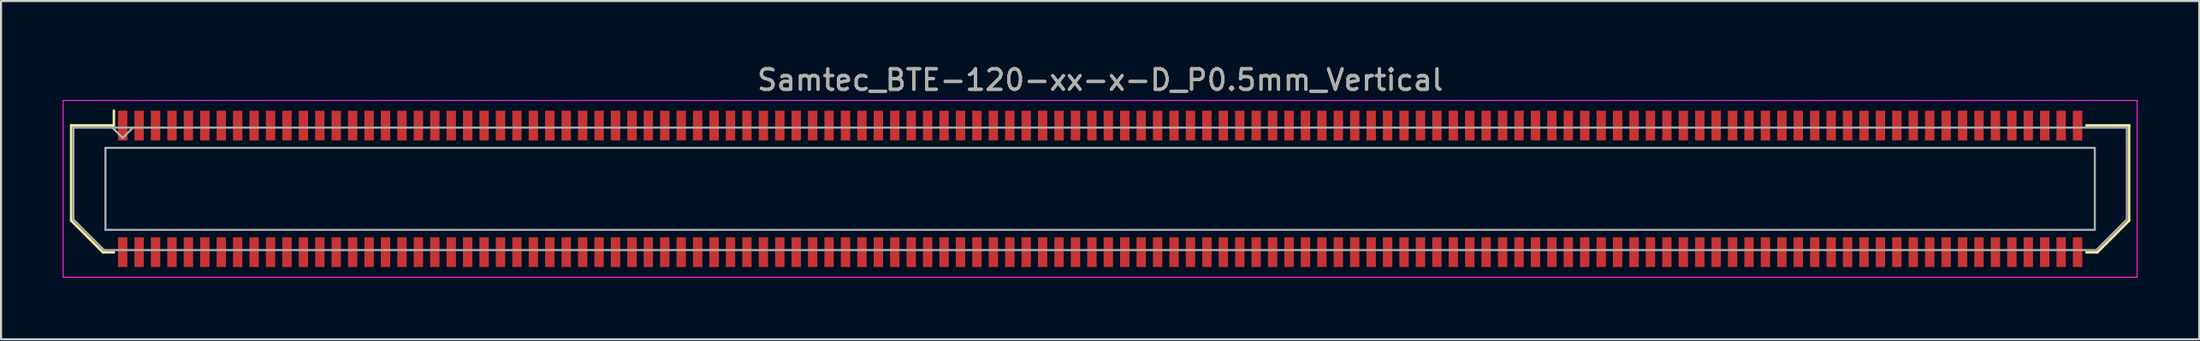
<source format=kicad_pcb>
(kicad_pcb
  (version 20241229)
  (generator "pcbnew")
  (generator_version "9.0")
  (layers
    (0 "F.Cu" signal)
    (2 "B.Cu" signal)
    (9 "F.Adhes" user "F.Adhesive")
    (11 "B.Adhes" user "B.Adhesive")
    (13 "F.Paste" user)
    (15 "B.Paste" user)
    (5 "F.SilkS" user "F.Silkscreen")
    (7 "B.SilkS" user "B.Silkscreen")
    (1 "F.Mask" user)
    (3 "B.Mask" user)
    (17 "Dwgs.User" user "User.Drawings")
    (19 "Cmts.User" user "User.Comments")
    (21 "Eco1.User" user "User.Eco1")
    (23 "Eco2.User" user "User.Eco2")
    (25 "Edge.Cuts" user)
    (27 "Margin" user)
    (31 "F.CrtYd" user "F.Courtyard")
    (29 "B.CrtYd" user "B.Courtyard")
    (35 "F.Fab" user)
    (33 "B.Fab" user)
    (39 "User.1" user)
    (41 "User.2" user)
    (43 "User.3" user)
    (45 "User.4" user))
  (footprint "Samtec_BTE-120-xx-x-D_P0.5mm_Vertical"
    (layer "F.Cu")
    (at 50.525 6.158)
    (property "Reference" "Samtec_BTE-120-xx-x-D_P0.5mm_Vertical" (at 0 -5.31 0) (layer "F.SilkS") (effects (font (size 1 1) (thickness 0.15))))
    (attr smd)
    (fp_line (start -50.11 -3.095) (end -50.11 1.548) (stroke (width 0.12) (type solid)) (layer "F.SilkS"))
    (fp_line (start -50.11 1.548) (end -48.562 3.095) (stroke (width 0.12) (type solid)) (layer "F.SilkS"))
    (fp_line (start -48.562 3.095) (end -48.029 3.095) (stroke (width 0.12) (type solid)) (layer "F.SilkS"))
    (fp_line (start -48.029 -3.811) (end -48.029 -3.095) (stroke (width 0.12) (type solid)) (layer "F.SilkS"))
    (fp_line (start -48.029 -3.095) (end -50.11 -3.095) (stroke (width 0.12) (type solid)) (layer "F.SilkS"))
    (fp_line (start 48.029 -3.095) (end 50.11 -3.095) (stroke (width 0.12) (type solid)) (layer "F.SilkS"))
    (fp_line (start 48.562 3.095) (end 48.029 3.095) (stroke (width 0.12) (type solid)) (layer "F.SilkS"))
    (fp_line (start 50.11 -3.095) (end 50.11 1.548) (stroke (width 0.12) (type solid)) (layer "F.SilkS"))
    (fp_line (start 50.11 1.548) (end 48.562 3.095) (stroke (width 0.12) (type solid)) (layer "F.SilkS"))
    (fp_line (start -50.5 -4.31) (end -50.5 4.31) (stroke (width 0.05) (type solid)) (layer "F.CrtYd"))
    (fp_line (start -50.5 4.31) (end 50.5 4.31) (stroke (width 0.05) (type solid)) (layer "F.CrtYd"))
    (fp_line (start 50.5 -4.31) (end -50.5 -4.31) (stroke (width 0.05) (type solid)) (layer "F.CrtYd"))
    (fp_line (start 50.5 4.31) (end 50.5 -4.31) (stroke (width 0.05) (type solid)) (layer "F.CrtYd"))
    (fp_line (start -50 -2.985) (end -50 1.492) (stroke (width 0.1) (type solid)) (layer "F.Fab"))
    (fp_line (start -50 -2.985) (end 50 -2.985) (stroke (width 0.1) (type solid)) (layer "F.Fab"))
    (fp_line (start -50 1.492) (end -48.508 2.985) (stroke (width 0.1) (type solid)) (layer "F.Fab"))
    (fp_line (start -48.508 2.985) (end 48.508 2.985) (stroke (width 0.1) (type solid)) (layer "F.Fab"))
    (fp_line (start -48.44 -2) (end -48.44 2) (stroke (width 0.1) (type solid)) (layer "F.Fab"))
    (fp_line (start -48.44 2) (end 48.44 2) (stroke (width 0.1) (type solid)) (layer "F.Fab"))
    (fp_line (start -47.6 -2.485) (end -48.1 -2.985) (stroke (width 0.1) (type solid)) (layer "F.Fab"))
    (fp_line (start -47.1 -2.985) (end -47.6 -2.485) (stroke (width 0.1) (type solid)) (layer "F.Fab"))
    (fp_line (start 48.44 -2) (end -48.44 -2) (stroke (width 0.1) (type solid)) (layer "F.Fab"))
    (fp_line (start 48.44 2) (end 48.44 -2) (stroke (width 0.1) (type solid)) (layer "F.Fab"))
    (fp_line (start 50 -2.985) (end 50 1.492) (stroke (width 0.1) (type solid)) (layer "F.Fab"))
    (fp_line (start 50 1.492) (end 48.508 2.985) (stroke (width 0.1) (type solid)) (layer "F.Fab"))
    (fp_text user "${REFERENCE}" (at 0 -5.31 0) (layer "F.Fab") (effects (font (size 1 1) (thickness 0.15))))
    (pad "1" smd rect (at -47.6 -3.086) (size 0.457 1.45) (layers "F.Cu" "F.Mask" "F.Paste"))
    (pad "2" smd rect (at -47.6 3.086) (size 0.457 1.45) (layers "F.Cu" "F.Mask" "F.Paste"))
    (pad "3" smd rect (at -46.8 -3.086) (size 0.457 1.45) (layers "F.Cu" "F.Mask" "F.Paste"))
    (pad "4" smd rect (at -46.8 3.086) (size 0.457 1.45) (layers "F.Cu" "F.Mask" "F.Paste"))
    (pad "5" smd rect (at -46 -3.086) (size 0.457 1.45) (layers "F.Cu" "F.Mask" "F.Paste"))
    (pad "6" smd rect (at -46 3.086) (size 0.457 1.45) (layers "F.Cu" "F.Mask" "F.Paste"))
    (pad "7" smd rect (at -45.2 -3.086) (size 0.457 1.45) (layers "F.Cu" "F.Mask" "F.Paste"))
    (pad "8" smd rect (at -45.2 3.086) (size 0.457 1.45) (layers "F.Cu" "F.Mask" "F.Paste"))
    (pad "9" smd rect (at -44.4 -3.086) (size 0.457 1.45) (layers "F.Cu" "F.Mask" "F.Paste"))
    (pad "10" smd rect (at -44.4 3.086) (size 0.457 1.45) (layers "F.Cu" "F.Mask" "F.Paste"))
    (pad "11" smd rect (at -43.6 -3.086) (size 0.457 1.45) (layers "F.Cu" "F.Mask" "F.Paste"))
    (pad "12" smd rect (at -43.6 3.086) (size 0.457 1.45) (layers "F.Cu" "F.Mask" "F.Paste"))
    (pad "13" smd rect (at -42.8 -3.086) (size 0.457 1.45) (layers "F.Cu" "F.Mask" "F.Paste"))
    (pad "14" smd rect (at -42.8 3.086) (size 0.457 1.45) (layers "F.Cu" "F.Mask" "F.Paste"))
    (pad "15" smd rect (at -42 -3.086) (size 0.457 1.45) (layers "F.Cu" "F.Mask" "F.Paste"))
    (pad "16" smd rect (at -42 3.086) (size 0.457 1.45) (layers "F.Cu" "F.Mask" "F.Paste"))
    (pad "17" smd rect (at -41.2 -3.086) (size 0.457 1.45) (layers "F.Cu" "F.Mask" "F.Paste"))
    (pad "18" smd rect (at -41.2 3.086) (size 0.457 1.45) (layers "F.Cu" "F.Mask" "F.Paste"))
    (pad "19" smd rect (at -40.4 -3.086) (size 0.457 1.45) (layers "F.Cu" "F.Mask" "F.Paste"))
    (pad "20" smd rect (at -40.4 3.086) (size 0.457 1.45) (layers "F.Cu" "F.Mask" "F.Paste"))
    (pad "21" smd rect (at -39.6 -3.086) (size 0.457 1.45) (layers "F.Cu" "F.Mask" "F.Paste"))
    (pad "22" smd rect (at -39.6 3.086) (size 0.457 1.45) (layers "F.Cu" "F.Mask" "F.Paste"))
    (pad "23" smd rect (at -38.8 -3.086) (size 0.457 1.45) (layers "F.Cu" "F.Mask" "F.Paste"))
    (pad "24" smd rect (at -38.8 3.086) (size 0.457 1.45) (layers "F.Cu" "F.Mask" "F.Paste"))
    (pad "25" smd rect (at -38 -3.086) (size 0.457 1.45) (layers "F.Cu" "F.Mask" "F.Paste"))
    (pad "26" smd rect (at -38 3.086) (size 0.457 1.45) (layers "F.Cu" "F.Mask" "F.Paste"))
    (pad "27" smd rect (at -37.2 -3.086) (size 0.457 1.45) (layers "F.Cu" "F.Mask" "F.Paste"))
    (pad "28" smd rect (at -37.2 3.086) (size 0.457 1.45) (layers "F.Cu" "F.Mask" "F.Paste"))
    (pad "29" smd rect (at -36.4 -3.086) (size 0.457 1.45) (layers "F.Cu" "F.Mask" "F.Paste"))
    (pad "30" smd rect (at -36.4 3.086) (size 0.457 1.45) (layers "F.Cu" "F.Mask" "F.Paste"))
    (pad "31" smd rect (at -35.6 -3.086) (size 0.457 1.45) (layers "F.Cu" "F.Mask" "F.Paste"))
    (pad "32" smd rect (at -35.6 3.086) (size 0.457 1.45) (layers "F.Cu" "F.Mask" "F.Paste"))
    (pad "33" smd rect (at -34.8 -3.086) (size 0.457 1.45) (layers "F.Cu" "F.Mask" "F.Paste"))
    (pad "34" smd rect (at -34.8 3.086) (size 0.457 1.45) (layers "F.Cu" "F.Mask" "F.Paste"))
    (pad "35" smd rect (at -34 -3.086) (size 0.457 1.45) (layers "F.Cu" "F.Mask" "F.Paste"))
    (pad "36" smd rect (at -34 3.086) (size 0.457 1.45) (layers "F.Cu" "F.Mask" "F.Paste"))
    (pad "37" smd rect (at -33.2 -3.086) (size 0.457 1.45) (layers "F.Cu" "F.Mask" "F.Paste"))
    (pad "38" smd rect (at -33.2 3.086) (size 0.457 1.45) (layers "F.Cu" "F.Mask" "F.Paste"))
    (pad "39" smd rect (at -32.4 -3.086) (size 0.457 1.45) (layers "F.Cu" "F.Mask" "F.Paste"))
    (pad "40" smd rect (at -32.4 3.086) (size 0.457 1.45) (layers "F.Cu" "F.Mask" "F.Paste"))
    (pad "41" smd rect (at -31.6 -3.086) (size 0.457 1.45) (layers "F.Cu" "F.Mask" "F.Paste"))
    (pad "42" smd rect (at -31.6 3.086) (size 0.457 1.45) (layers "F.Cu" "F.Mask" "F.Paste"))
    (pad "43" smd rect (at -30.8 -3.086) (size 0.457 1.45) (layers "F.Cu" "F.Mask" "F.Paste"))
    (pad "44" smd rect (at -30.8 3.086) (size 0.457 1.45) (layers "F.Cu" "F.Mask" "F.Paste"))
    (pad "45" smd rect (at -30 -3.086) (size 0.457 1.45) (layers "F.Cu" "F.Mask" "F.Paste"))
    (pad "46" smd rect (at -30 3.086) (size 0.457 1.45) (layers "F.Cu" "F.Mask" "F.Paste"))
    (pad "47" smd rect (at -29.2 -3.086) (size 0.457 1.45) (layers "F.Cu" "F.Mask" "F.Paste"))
    (pad "48" smd rect (at -29.2 3.086) (size 0.457 1.45) (layers "F.Cu" "F.Mask" "F.Paste"))
    (pad "49" smd rect (at -28.4 -3.086) (size 0.457 1.45) (layers "F.Cu" "F.Mask" "F.Paste"))
    (pad "50" smd rect (at -28.4 3.086) (size 0.457 1.45) (layers "F.Cu" "F.Mask" "F.Paste"))
    (pad "51" smd rect (at -27.6 -3.086) (size 0.457 1.45) (layers "F.Cu" "F.Mask" "F.Paste"))
    (pad "52" smd rect (at -27.6 3.086) (size 0.457 1.45) (layers "F.Cu" "F.Mask" "F.Paste"))
    (pad "53" smd rect (at -26.8 -3.086) (size 0.457 1.45) (layers "F.Cu" "F.Mask" "F.Paste"))
    (pad "54" smd rect (at -26.8 3.086) (size 0.457 1.45) (layers "F.Cu" "F.Mask" "F.Paste"))
    (pad "55" smd rect (at -26 -3.086) (size 0.457 1.45) (layers "F.Cu" "F.Mask" "F.Paste"))
    (pad "56" smd rect (at -26 3.086) (size 0.457 1.45) (layers "F.Cu" "F.Mask" "F.Paste"))
    (pad "57" smd rect (at -25.2 -3.086) (size 0.457 1.45) (layers "F.Cu" "F.Mask" "F.Paste"))
    (pad "58" smd rect (at -25.2 3.086) (size 0.457 1.45) (layers "F.Cu" "F.Mask" "F.Paste"))
    (pad "59" smd rect (at -24.4 -3.086) (size 0.457 1.45) (layers "F.Cu" "F.Mask" "F.Paste"))
    (pad "60" smd rect (at -24.4 3.086) (size 0.457 1.45) (layers "F.Cu" "F.Mask" "F.Paste"))
    (pad "61" smd rect (at -23.6 -3.086) (size 0.457 1.45) (layers "F.Cu" "F.Mask" "F.Paste"))
    (pad "62" smd rect (at -23.6 3.086) (size 0.457 1.45) (layers "F.Cu" "F.Mask" "F.Paste"))
    (pad "63" smd rect (at -22.8 -3.086) (size 0.457 1.45) (layers "F.Cu" "F.Mask" "F.Paste"))
    (pad "64" smd rect (at -22.8 3.086) (size 0.457 1.45) (layers "F.Cu" "F.Mask" "F.Paste"))
    (pad "65" smd rect (at -22 -3.086) (size 0.457 1.45) (layers "F.Cu" "F.Mask" "F.Paste"))
    (pad "66" smd rect (at -22 3.086) (size 0.457 1.45) (layers "F.Cu" "F.Mask" "F.Paste"))
    (pad "67" smd rect (at -21.2 -3.086) (size 0.457 1.45) (layers "F.Cu" "F.Mask" "F.Paste"))
    (pad "68" smd rect (at -21.2 3.086) (size 0.457 1.45) (layers "F.Cu" "F.Mask" "F.Paste"))
    (pad "69" smd rect (at -20.4 -3.086) (size 0.457 1.45) (layers "F.Cu" "F.Mask" "F.Paste"))
    (pad "70" smd rect (at -20.4 3.086) (size 0.457 1.45) (layers "F.Cu" "F.Mask" "F.Paste"))
    (pad "71" smd rect (at -19.6 -3.086) (size 0.457 1.45) (layers "F.Cu" "F.Mask" "F.Paste"))
    (pad "72" smd rect (at -19.6 3.086) (size 0.457 1.45) (layers "F.Cu" "F.Mask" "F.Paste"))
    (pad "73" smd rect (at -18.8 -3.086) (size 0.457 1.45) (layers "F.Cu" "F.Mask" "F.Paste"))
    (pad "74" smd rect (at -18.8 3.086) (size 0.457 1.45) (layers "F.Cu" "F.Mask" "F.Paste"))
    (pad "75" smd rect (at -18 -3.086) (size 0.457 1.45) (layers "F.Cu" "F.Mask" "F.Paste"))
    (pad "76" smd rect (at -18 3.086) (size 0.457 1.45) (layers "F.Cu" "F.Mask" "F.Paste"))
    (pad "77" smd rect (at -17.2 -3.086) (size 0.457 1.45) (layers "F.Cu" "F.Mask" "F.Paste"))
    (pad "78" smd rect (at -17.2 3.086) (size 0.457 1.45) (layers "F.Cu" "F.Mask" "F.Paste"))
    (pad "79" smd rect (at -16.4 -3.086) (size 0.457 1.45) (layers "F.Cu" "F.Mask" "F.Paste"))
    (pad "80" smd rect (at -16.4 3.086) (size 0.457 1.45) (layers "F.Cu" "F.Mask" "F.Paste"))
    (pad "81" smd rect (at -15.6 -3.086) (size 0.457 1.45) (layers "F.Cu" "F.Mask" "F.Paste"))
    (pad "82" smd rect (at -15.6 3.086) (size 0.457 1.45) (layers "F.Cu" "F.Mask" "F.Paste"))
    (pad "83" smd rect (at -14.8 -3.086) (size 0.457 1.45) (layers "F.Cu" "F.Mask" "F.Paste"))
    (pad "84" smd rect (at -14.8 3.086) (size 0.457 1.45) (layers "F.Cu" "F.Mask" "F.Paste"))
    (pad "85" smd rect (at -14 -3.086) (size 0.457 1.45) (layers "F.Cu" "F.Mask" "F.Paste"))
    (pad "86" smd rect (at -14 3.086) (size 0.457 1.45) (layers "F.Cu" "F.Mask" "F.Paste"))
    (pad "87" smd rect (at -13.2 -3.086) (size 0.457 1.45) (layers "F.Cu" "F.Mask" "F.Paste"))
    (pad "88" smd rect (at -13.2 3.086) (size 0.457 1.45) (layers "F.Cu" "F.Mask" "F.Paste"))
    (pad "89" smd rect (at -12.4 -3.086) (size 0.457 1.45) (layers "F.Cu" "F.Mask" "F.Paste"))
    (pad "90" smd rect (at -12.4 3.086) (size 0.457 1.45) (layers "F.Cu" "F.Mask" "F.Paste"))
    (pad "91" smd rect (at -11.6 -3.086) (size 0.457 1.45) (layers "F.Cu" "F.Mask" "F.Paste"))
    (pad "92" smd rect (at -11.6 3.086) (size 0.457 1.45) (layers "F.Cu" "F.Mask" "F.Paste"))
    (pad "93" smd rect (at -10.8 -3.086) (size 0.457 1.45) (layers "F.Cu" "F.Mask" "F.Paste"))
    (pad "94" smd rect (at -10.8 3.086) (size 0.457 1.45) (layers "F.Cu" "F.Mask" "F.Paste"))
    (pad "95" smd rect (at -10 -3.086) (size 0.457 1.45) (layers "F.Cu" "F.Mask" "F.Paste"))
    (pad "96" smd rect (at -10 3.086) (size 0.457 1.45) (layers "F.Cu" "F.Mask" "F.Paste"))
    (pad "97" smd rect (at -9.2 -3.086) (size 0.457 1.45) (layers "F.Cu" "F.Mask" "F.Paste"))
    (pad "98" smd rect (at -9.2 3.086) (size 0.457 1.45) (layers "F.Cu" "F.Mask" "F.Paste"))
    (pad "99" smd rect (at -8.4 -3.086) (size 0.457 1.45) (layers "F.Cu" "F.Mask" "F.Paste"))
    (pad "100" smd rect (at -8.4 3.086) (size 0.457 1.45) (layers "F.Cu" "F.Mask" "F.Paste"))
    (pad "101" smd rect (at -7.6 -3.086) (size 0.457 1.45) (layers "F.Cu" "F.Mask" "F.Paste"))
    (pad "102" smd rect (at -7.6 3.086) (size 0.457 1.45) (layers "F.Cu" "F.Mask" "F.Paste"))
    (pad "103" smd rect (at -6.8 -3.086) (size 0.457 1.45) (layers "F.Cu" "F.Mask" "F.Paste"))
    (pad "104" smd rect (at -6.8 3.086) (size 0.457 1.45) (layers "F.Cu" "F.Mask" "F.Paste"))
    (pad "105" smd rect (at -6 -3.086) (size 0.457 1.45) (layers "F.Cu" "F.Mask" "F.Paste"))
    (pad "106" smd rect (at -6 3.086) (size 0.457 1.45) (layers "F.Cu" "F.Mask" "F.Paste"))
    (pad "107" smd rect (at -5.2 -3.086) (size 0.457 1.45) (layers "F.Cu" "F.Mask" "F.Paste"))
    (pad "108" smd rect (at -5.2 3.086) (size 0.457 1.45) (layers "F.Cu" "F.Mask" "F.Paste"))
    (pad "109" smd rect (at -4.4 -3.086) (size 0.457 1.45) (layers "F.Cu" "F.Mask" "F.Paste"))
    (pad "110" smd rect (at -4.4 3.086) (size 0.457 1.45) (layers "F.Cu" "F.Mask" "F.Paste"))
    (pad "111" smd rect (at -3.6 -3.086) (size 0.457 1.45) (layers "F.Cu" "F.Mask" "F.Paste"))
    (pad "112" smd rect (at -3.6 3.086) (size 0.457 1.45) (layers "F.Cu" "F.Mask" "F.Paste"))
    (pad "113" smd rect (at -2.8 -3.086) (size 0.457 1.45) (layers "F.Cu" "F.Mask" "F.Paste"))
    (pad "114" smd rect (at -2.8 3.086) (size 0.457 1.45) (layers "F.Cu" "F.Mask" "F.Paste"))
    (pad "115" smd rect (at -2 -3.086) (size 0.457 1.45) (layers "F.Cu" "F.Mask" "F.Paste"))
    (pad "116" smd rect (at -2 3.086) (size 0.457 1.45) (layers "F.Cu" "F.Mask" "F.Paste"))
    (pad "117" smd rect (at -1.2 -3.086) (size 0.457 1.45) (layers "F.Cu" "F.Mask" "F.Paste"))
    (pad "118" smd rect (at -1.2 3.086) (size 0.457 1.45) (layers "F.Cu" "F.Mask" "F.Paste"))
    (pad "119" smd rect (at -0.4 -3.086) (size 0.457 1.45) (layers "F.Cu" "F.Mask" "F.Paste"))
    (pad "120" smd rect (at -0.4 3.086) (size 0.457 1.45) (layers "F.Cu" "F.Mask" "F.Paste"))
    (pad "121" smd rect (at 0.4 -3.086) (size 0.457 1.45) (layers "F.Cu" "F.Mask" "F.Paste"))
    (pad "122" smd rect (at 0.4 3.086) (size 0.457 1.45) (layers "F.Cu" "F.Mask" "F.Paste"))
    (pad "123" smd rect (at 1.2 -3.086) (size 0.457 1.45) (layers "F.Cu" "F.Mask" "F.Paste"))
    (pad "124" smd rect (at 1.2 3.086) (size 0.457 1.45) (layers "F.Cu" "F.Mask" "F.Paste"))
    (pad "125" smd rect (at 2 -3.086) (size 0.457 1.45) (layers "F.Cu" "F.Mask" "F.Paste"))
    (pad "126" smd rect (at 2 3.086) (size 0.457 1.45) (layers "F.Cu" "F.Mask" "F.Paste"))
    (pad "127" smd rect (at 2.8 -3.086) (size 0.457 1.45) (layers "F.Cu" "F.Mask" "F.Paste"))
    (pad "128" smd rect (at 2.8 3.086) (size 0.457 1.45) (layers "F.Cu" "F.Mask" "F.Paste"))
    (pad "129" smd rect (at 3.6 -3.086) (size 0.457 1.45) (layers "F.Cu" "F.Mask" "F.Paste"))
    (pad "130" smd rect (at 3.6 3.086) (size 0.457 1.45) (layers "F.Cu" "F.Mask" "F.Paste"))
    (pad "131" smd rect (at 4.4 -3.086) (size 0.457 1.45) (layers "F.Cu" "F.Mask" "F.Paste"))
    (pad "132" smd rect (at 4.4 3.086) (size 0.457 1.45) (layers "F.Cu" "F.Mask" "F.Paste"))
    (pad "133" smd rect (at 5.2 -3.086) (size 0.457 1.45) (layers "F.Cu" "F.Mask" "F.Paste"))
    (pad "134" smd rect (at 5.2 3.086) (size 0.457 1.45) (layers "F.Cu" "F.Mask" "F.Paste"))
    (pad "135" smd rect (at 6 -3.086) (size 0.457 1.45) (layers "F.Cu" "F.Mask" "F.Paste"))
    (pad "136" smd rect (at 6 3.086) (size 0.457 1.45) (layers "F.Cu" "F.Mask" "F.Paste"))
    (pad "137" smd rect (at 6.8 -3.086) (size 0.457 1.45) (layers "F.Cu" "F.Mask" "F.Paste"))
    (pad "138" smd rect (at 6.8 3.086) (size 0.457 1.45) (layers "F.Cu" "F.Mask" "F.Paste"))
    (pad "139" smd rect (at 7.6 -3.086) (size 0.457 1.45) (layers "F.Cu" "F.Mask" "F.Paste"))
    (pad "140" smd rect (at 7.6 3.086) (size 0.457 1.45) (layers "F.Cu" "F.Mask" "F.Paste"))
    (pad "141" smd rect (at 8.4 -3.086) (size 0.457 1.45) (layers "F.Cu" "F.Mask" "F.Paste"))
    (pad "142" smd rect (at 8.4 3.086) (size 0.457 1.45) (layers "F.Cu" "F.Mask" "F.Paste"))
    (pad "143" smd rect (at 9.2 -3.086) (size 0.457 1.45) (layers "F.Cu" "F.Mask" "F.Paste"))
    (pad "144" smd rect (at 9.2 3.086) (size 0.457 1.45) (layers "F.Cu" "F.Mask" "F.Paste"))
    (pad "145" smd rect (at 10 -3.086) (size 0.457 1.45) (layers "F.Cu" "F.Mask" "F.Paste"))
    (pad "146" smd rect (at 10 3.086) (size 0.457 1.45) (layers "F.Cu" "F.Mask" "F.Paste"))
    (pad "147" smd rect (at 10.8 -3.086) (size 0.457 1.45) (layers "F.Cu" "F.Mask" "F.Paste"))
    (pad "148" smd rect (at 10.8 3.086) (size 0.457 1.45) (layers "F.Cu" "F.Mask" "F.Paste"))
    (pad "149" smd rect (at 11.6 -3.086) (size 0.457 1.45) (layers "F.Cu" "F.Mask" "F.Paste"))
    (pad "150" smd rect (at 11.6 3.086) (size 0.457 1.45) (layers "F.Cu" "F.Mask" "F.Paste"))
    (pad "151" smd rect (at 12.4 -3.086) (size 0.457 1.45) (layers "F.Cu" "F.Mask" "F.Paste"))
    (pad "152" smd rect (at 12.4 3.086) (size 0.457 1.45) (layers "F.Cu" "F.Mask" "F.Paste"))
    (pad "153" smd rect (at 13.2 -3.086) (size 0.457 1.45) (layers "F.Cu" "F.Mask" "F.Paste"))
    (pad "154" smd rect (at 13.2 3.086) (size 0.457 1.45) (layers "F.Cu" "F.Mask" "F.Paste"))
    (pad "155" smd rect (at 14 -3.086) (size 0.457 1.45) (layers "F.Cu" "F.Mask" "F.Paste"))
    (pad "156" smd rect (at 14 3.086) (size 0.457 1.45) (layers "F.Cu" "F.Mask" "F.Paste"))
    (pad "157" smd rect (at 14.8 -3.086) (size 0.457 1.45) (layers "F.Cu" "F.Mask" "F.Paste"))
    (pad "158" smd rect (at 14.8 3.086) (size 0.457 1.45) (layers "F.Cu" "F.Mask" "F.Paste"))
    (pad "159" smd rect (at 15.6 -3.086) (size 0.457 1.45) (layers "F.Cu" "F.Mask" "F.Paste"))
    (pad "160" smd rect (at 15.6 3.086) (size 0.457 1.45) (layers "F.Cu" "F.Mask" "F.Paste"))
    (pad "161" smd rect (at 16.4 -3.086) (size 0.457 1.45) (layers "F.Cu" "F.Mask" "F.Paste"))
    (pad "162" smd rect (at 16.4 3.086) (size 0.457 1.45) (layers "F.Cu" "F.Mask" "F.Paste"))
    (pad "163" smd rect (at 17.2 -3.086) (size 0.457 1.45) (layers "F.Cu" "F.Mask" "F.Paste"))
    (pad "164" smd rect (at 17.2 3.086) (size 0.457 1.45) (layers "F.Cu" "F.Mask" "F.Paste"))
    (pad "165" smd rect (at 18 -3.086) (size 0.457 1.45) (layers "F.Cu" "F.Mask" "F.Paste"))
    (pad "166" smd rect (at 18 3.086) (size 0.457 1.45) (layers "F.Cu" "F.Mask" "F.Paste"))
    (pad "167" smd rect (at 18.8 -3.086) (size 0.457 1.45) (layers "F.Cu" "F.Mask" "F.Paste"))
    (pad "168" smd rect (at 18.8 3.086) (size 0.457 1.45) (layers "F.Cu" "F.Mask" "F.Paste"))
    (pad "169" smd rect (at 19.6 -3.086) (size 0.457 1.45) (layers "F.Cu" "F.Mask" "F.Paste"))
    (pad "170" smd rect (at 19.6 3.086) (size 0.457 1.45) (layers "F.Cu" "F.Mask" "F.Paste"))
    (pad "171" smd rect (at 20.4 -3.086) (size 0.457 1.45) (layers "F.Cu" "F.Mask" "F.Paste"))
    (pad "172" smd rect (at 20.4 3.086) (size 0.457 1.45) (layers "F.Cu" "F.Mask" "F.Paste"))
    (pad "173" smd rect (at 21.2 -3.086) (size 0.457 1.45) (layers "F.Cu" "F.Mask" "F.Paste"))
    (pad "174" smd rect (at 21.2 3.086) (size 0.457 1.45) (layers "F.Cu" "F.Mask" "F.Paste"))
    (pad "175" smd rect (at 22 -3.086) (size 0.457 1.45) (layers "F.Cu" "F.Mask" "F.Paste"))
    (pad "176" smd rect (at 22 3.086) (size 0.457 1.45) (layers "F.Cu" "F.Mask" "F.Paste"))
    (pad "177" smd rect (at 22.8 -3.086) (size 0.457 1.45) (layers "F.Cu" "F.Mask" "F.Paste"))
    (pad "178" smd rect (at 22.8 3.086) (size 0.457 1.45) (layers "F.Cu" "F.Mask" "F.Paste"))
    (pad "179" smd rect (at 23.6 -3.086) (size 0.457 1.45) (layers "F.Cu" "F.Mask" "F.Paste"))
    (pad "180" smd rect (at 23.6 3.086) (size 0.457 1.45) (layers "F.Cu" "F.Mask" "F.Paste"))
    (pad "181" smd rect (at 24.4 -3.086) (size 0.457 1.45) (layers "F.Cu" "F.Mask" "F.Paste"))
    (pad "182" smd rect (at 24.4 3.086) (size 0.457 1.45) (layers "F.Cu" "F.Mask" "F.Paste"))
    (pad "183" smd rect (at 25.2 -3.086) (size 0.457 1.45) (layers "F.Cu" "F.Mask" "F.Paste"))
    (pad "184" smd rect (at 25.2 3.086) (size 0.457 1.45) (layers "F.Cu" "F.Mask" "F.Paste"))
    (pad "185" smd rect (at 26 -3.086) (size 0.457 1.45) (layers "F.Cu" "F.Mask" "F.Paste"))
    (pad "186" smd rect (at 26 3.086) (size 0.457 1.45) (layers "F.Cu" "F.Mask" "F.Paste"))
    (pad "187" smd rect (at 26.8 -3.086) (size 0.457 1.45) (layers "F.Cu" "F.Mask" "F.Paste"))
    (pad "188" smd rect (at 26.8 3.086) (size 0.457 1.45) (layers "F.Cu" "F.Mask" "F.Paste"))
    (pad "189" smd rect (at 27.6 -3.086) (size 0.457 1.45) (layers "F.Cu" "F.Mask" "F.Paste"))
    (pad "190" smd rect (at 27.6 3.086) (size 0.457 1.45) (layers "F.Cu" "F.Mask" "F.Paste"))
    (pad "191" smd rect (at 28.4 -3.086) (size 0.457 1.45) (layers "F.Cu" "F.Mask" "F.Paste"))
    (pad "192" smd rect (at 28.4 3.086) (size 0.457 1.45) (layers "F.Cu" "F.Mask" "F.Paste"))
    (pad "193" smd rect (at 29.2 -3.086) (size 0.457 1.45) (layers "F.Cu" "F.Mask" "F.Paste"))
    (pad "194" smd rect (at 29.2 3.086) (size 0.457 1.45) (layers "F.Cu" "F.Mask" "F.Paste"))
    (pad "195" smd rect (at 30 -3.086) (size 0.457 1.45) (layers "F.Cu" "F.Mask" "F.Paste"))
    (pad "196" smd rect (at 30 3.086) (size 0.457 1.45) (layers "F.Cu" "F.Mask" "F.Paste"))
    (pad "197" smd rect (at 30.8 -3.086) (size 0.457 1.45) (layers "F.Cu" "F.Mask" "F.Paste"))
    (pad "198" smd rect (at 30.8 3.086) (size 0.457 1.45) (layers "F.Cu" "F.Mask" "F.Paste"))
    (pad "199" smd rect (at 31.6 -3.086) (size 0.457 1.45) (layers "F.Cu" "F.Mask" "F.Paste"))
    (pad "200" smd rect (at 31.6 3.086) (size 0.457 1.45) (layers "F.Cu" "F.Mask" "F.Paste"))
    (pad "201" smd rect (at 32.4 -3.086) (size 0.457 1.45) (layers "F.Cu" "F.Mask" "F.Paste"))
    (pad "202" smd rect (at 32.4 3.086) (size 0.457 1.45) (layers "F.Cu" "F.Mask" "F.Paste"))
    (pad "203" smd rect (at 33.2 -3.086) (size 0.457 1.45) (layers "F.Cu" "F.Mask" "F.Paste"))
    (pad "204" smd rect (at 33.2 3.086) (size 0.457 1.45) (layers "F.Cu" "F.Mask" "F.Paste"))
    (pad "205" smd rect (at 34 -3.086) (size 0.457 1.45) (layers "F.Cu" "F.Mask" "F.Paste"))
    (pad "206" smd rect (at 34 3.086) (size 0.457 1.45) (layers "F.Cu" "F.Mask" "F.Paste"))
    (pad "207" smd rect (at 34.8 -3.086) (size 0.457 1.45) (layers "F.Cu" "F.Mask" "F.Paste"))
    (pad "208" smd rect (at 34.8 3.086) (size 0.457 1.45) (layers "F.Cu" "F.Mask" "F.Paste"))
    (pad "209" smd rect (at 35.6 -3.086) (size 0.457 1.45) (layers "F.Cu" "F.Mask" "F.Paste"))
    (pad "210" smd rect (at 35.6 3.086) (size 0.457 1.45) (layers "F.Cu" "F.Mask" "F.Paste"))
    (pad "211" smd rect (at 36.4 -3.086) (size 0.457 1.45) (layers "F.Cu" "F.Mask" "F.Paste"))
    (pad "212" smd rect (at 36.4 3.086) (size 0.457 1.45) (layers "F.Cu" "F.Mask" "F.Paste"))
    (pad "213" smd rect (at 37.2 -3.086) (size 0.457 1.45) (layers "F.Cu" "F.Mask" "F.Paste"))
    (pad "214" smd rect (at 37.2 3.086) (size 0.457 1.45) (layers "F.Cu" "F.Mask" "F.Paste"))
    (pad "215" smd rect (at 38 -3.086) (size 0.457 1.45) (layers "F.Cu" "F.Mask" "F.Paste"))
    (pad "216" smd rect (at 38 3.086) (size 0.457 1.45) (layers "F.Cu" "F.Mask" "F.Paste"))
    (pad "217" smd rect (at 38.8 -3.086) (size 0.457 1.45) (layers "F.Cu" "F.Mask" "F.Paste"))
    (pad "218" smd rect (at 38.8 3.086) (size 0.457 1.45) (layers "F.Cu" "F.Mask" "F.Paste"))
    (pad "219" smd rect (at 39.6 -3.086) (size 0.457 1.45) (layers "F.Cu" "F.Mask" "F.Paste"))
    (pad "220" smd rect (at 39.6 3.086) (size 0.457 1.45) (layers "F.Cu" "F.Mask" "F.Paste"))
    (pad "221" smd rect (at 40.4 -3.086) (size 0.457 1.45) (layers "F.Cu" "F.Mask" "F.Paste"))
    (pad "222" smd rect (at 40.4 3.086) (size 0.457 1.45) (layers "F.Cu" "F.Mask" "F.Paste"))
    (pad "223" smd rect (at 41.2 -3.086) (size 0.457 1.45) (layers "F.Cu" "F.Mask" "F.Paste"))
    (pad "224" smd rect (at 41.2 3.086) (size 0.457 1.45) (layers "F.Cu" "F.Mask" "F.Paste"))
    (pad "225" smd rect (at 42 -3.086) (size 0.457 1.45) (layers "F.Cu" "F.Mask" "F.Paste"))
    (pad "226" smd rect (at 42 3.086) (size 0.457 1.45) (layers "F.Cu" "F.Mask" "F.Paste"))
    (pad "227" smd rect (at 42.8 -3.086) (size 0.457 1.45) (layers "F.Cu" "F.Mask" "F.Paste"))
    (pad "228" smd rect (at 42.8 3.086) (size 0.457 1.45) (layers "F.Cu" "F.Mask" "F.Paste"))
    (pad "229" smd rect (at 43.6 -3.086) (size 0.457 1.45) (layers "F.Cu" "F.Mask" "F.Paste"))
    (pad "230" smd rect (at 43.6 3.086) (size 0.457 1.45) (layers "F.Cu" "F.Mask" "F.Paste"))
    (pad "231" smd rect (at 44.4 -3.086) (size 0.457 1.45) (layers "F.Cu" "F.Mask" "F.Paste"))
    (pad "232" smd rect (at 44.4 3.086) (size 0.457 1.45) (layers "F.Cu" "F.Mask" "F.Paste"))
    (pad "233" smd rect (at 45.2 -3.086) (size 0.457 1.45) (layers "F.Cu" "F.Mask" "F.Paste"))
    (pad "234" smd rect (at 45.2 3.086) (size 0.457 1.45) (layers "F.Cu" "F.Mask" "F.Paste"))
    (pad "235" smd rect (at 46 -3.086) (size 0.457 1.45) (layers "F.Cu" "F.Mask" "F.Paste"))
    (pad "236" smd rect (at 46 3.086) (size 0.457 1.45) (layers "F.Cu" "F.Mask" "F.Paste"))
    (pad "237" smd rect (at 46.8 -3.086) (size 0.457 1.45) (layers "F.Cu" "F.Mask" "F.Paste"))
    (pad "238" smd rect (at 46.8 3.086) (size 0.457 1.45) (layers "F.Cu" "F.Mask" "F.Paste"))
    (pad "239" smd rect (at 47.6 -3.086) (size 0.457 1.45) (layers "F.Cu" "F.Mask" "F.Paste"))
    (pad "240" smd rect (at 47.6 3.086) (size 0.457 1.45) (layers "F.Cu" "F.Mask" "F.Paste")))
  (gr_rect
    (start -3 -3)
    (end 104.05 13.493)
    (stroke (width 0.1) (type default))
    (fill no)
    (layer "Edge.Cuts")))
</source>
